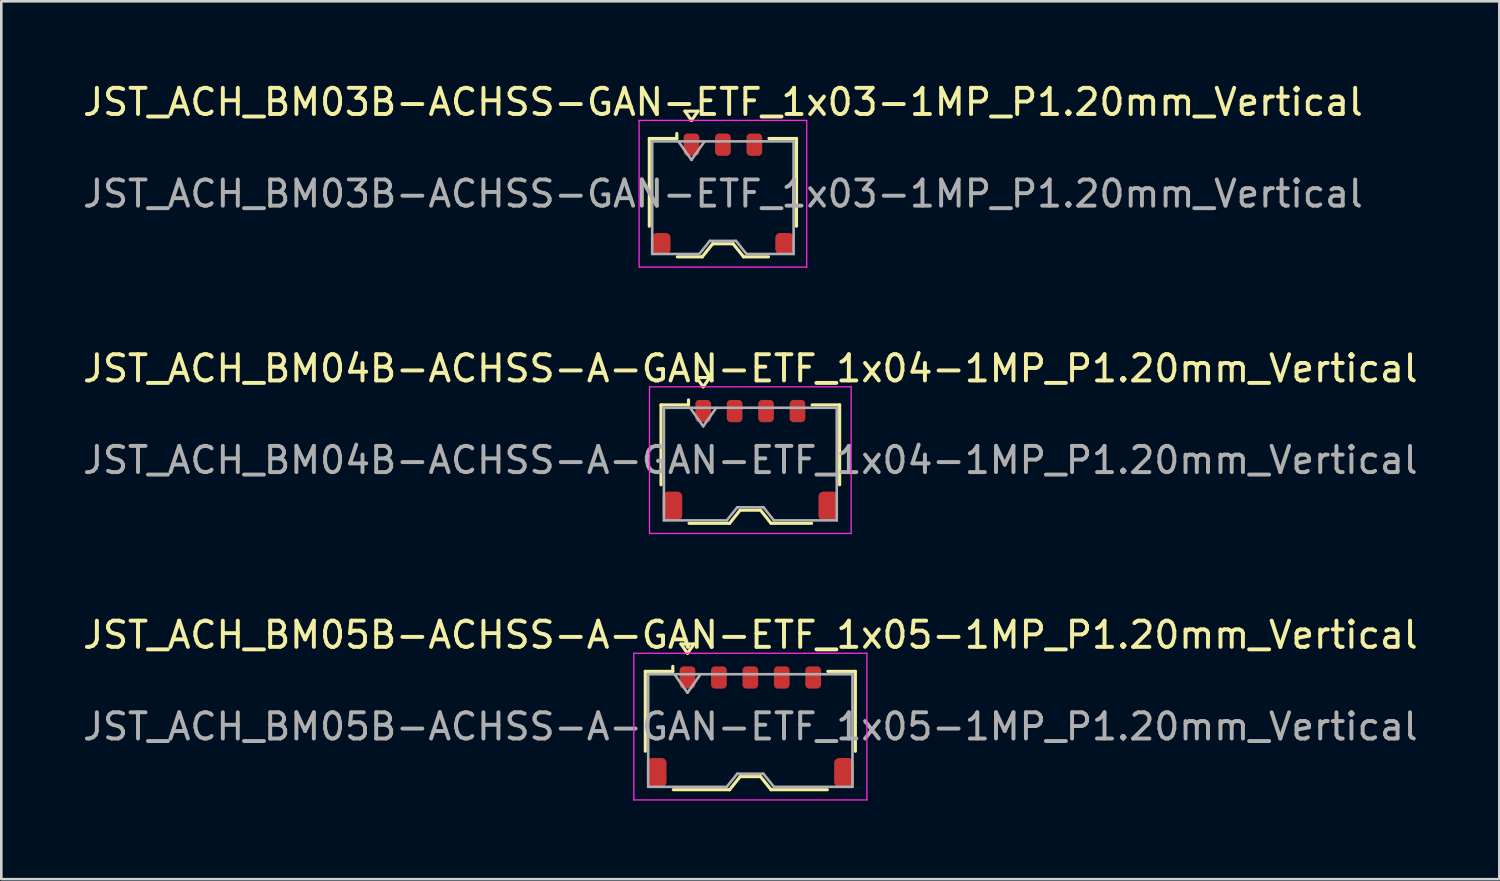
<source format=kicad_pcb>
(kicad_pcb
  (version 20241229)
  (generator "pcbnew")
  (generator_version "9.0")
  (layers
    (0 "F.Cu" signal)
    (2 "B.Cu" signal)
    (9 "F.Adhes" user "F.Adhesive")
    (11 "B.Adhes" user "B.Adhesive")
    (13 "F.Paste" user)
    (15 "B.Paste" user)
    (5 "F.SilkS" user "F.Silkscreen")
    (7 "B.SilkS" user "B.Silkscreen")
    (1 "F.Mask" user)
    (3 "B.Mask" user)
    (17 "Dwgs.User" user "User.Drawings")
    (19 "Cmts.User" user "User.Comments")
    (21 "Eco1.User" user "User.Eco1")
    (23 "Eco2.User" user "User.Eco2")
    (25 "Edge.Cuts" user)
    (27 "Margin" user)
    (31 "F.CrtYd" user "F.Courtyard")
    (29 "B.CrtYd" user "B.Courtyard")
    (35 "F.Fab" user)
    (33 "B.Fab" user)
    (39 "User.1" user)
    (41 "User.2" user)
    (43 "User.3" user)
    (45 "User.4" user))
  (footprint "JST_ACH_BM04B-ACHSS-A-GAN-ETF_1x04-1MP_P1.20mm_Vertical"
    (layer "F.Cu")
    (at 25.601 14.521)
    (property "Reference" "JST_ACH_BM04B-ACHSS-A-GAN-ETF_1x04-1MP_P1.20mm_Vertical" (at 0 -3.5 0) (layer "F.SilkS") (effects (font (size 1 1) (thickness 0.15))))
    (attr smd)
    (fp_line (start -3.41 -2.11) (end -2.36 -2.11) (stroke (width 0.12) (type solid)) (layer "F.SilkS"))
    (fp_line (start -3.41 0.94) (end -3.41 -2.11) (stroke (width 0.12) (type solid)) (layer "F.SilkS"))
    (fp_line (start -2.36 -2.11) (end -2.36 -2.3) (stroke (width 0.12) (type solid)) (layer "F.SilkS"))
    (fp_line (start -2.34 2.41) (end -0.79 2.41) (stroke (width 0.12) (type solid)) (layer "F.SilkS"))
    (fp_line (start -2.05 -3.154) (end -1.8 -2.8) (stroke (width 0.12) (type solid)) (layer "F.SilkS"))
    (fp_line (start -1.8 -2.8) (end -1.55 -3.154) (stroke (width 0.12) (type solid)) (layer "F.SilkS"))
    (fp_line (start -1.55 -3.154) (end -2.05 -3.154) (stroke (width 0.12) (type solid)) (layer "F.SilkS"))
    (fp_line (start -0.79 2.41) (end -0.39 1.91) (stroke (width 0.12) (type solid)) (layer "F.SilkS"))
    (fp_line (start -0.39 1.91) (end 0.39 1.91) (stroke (width 0.12) (type solid)) (layer "F.SilkS"))
    (fp_line (start 0.39 1.91) (end 0.79 2.41) (stroke (width 0.12) (type solid)) (layer "F.SilkS"))
    (fp_line (start 0.79 2.41) (end 2.34 2.41) (stroke (width 0.12) (type solid)) (layer "F.SilkS"))
    (fp_line (start 3.41 -2.11) (end 2.36 -2.11) (stroke (width 0.12) (type solid)) (layer "F.SilkS"))
    (fp_line (start 3.41 0.94) (end 3.41 -2.11) (stroke (width 0.12) (type solid)) (layer "F.SilkS"))
    (fp_line (start -3.85 -2.8) (end -3.85 2.8) (stroke (width 0.05) (type solid)) (layer "F.CrtYd"))
    (fp_line (start -3.85 2.8) (end 3.85 2.8) (stroke (width 0.05) (type solid)) (layer "F.CrtYd"))
    (fp_line (start 3.85 -2.8) (end -3.85 -2.8) (stroke (width 0.05) (type solid)) (layer "F.CrtYd"))
    (fp_line (start 3.85 2.8) (end 3.85 -2.8) (stroke (width 0.05) (type solid)) (layer "F.CrtYd"))
    (fp_line (start -3.3 -2) (end -3.3 2.3) (stroke (width 0.1) (type solid)) (layer "F.Fab"))
    (fp_line (start -3.3 -2) (end 3.3 -2) (stroke (width 0.1) (type solid)) (layer "F.Fab"))
    (fp_line (start -3.3 2.3) (end -0.9 2.3) (stroke (width 0.1) (type solid)) (layer "F.Fab"))
    (fp_line (start -2.3 -2) (end -1.8 -1.293) (stroke (width 0.1) (type solid)) (layer "F.Fab"))
    (fp_line (start -1.8 -1.293) (end -1.3 -2) (stroke (width 0.1) (type solid)) (layer "F.Fab"))
    (fp_line (start -0.9 2.3) (end -0.5 1.8) (stroke (width 0.1) (type solid)) (layer "F.Fab"))
    (fp_line (start -0.5 1.8) (end 0.5 1.8) (stroke (width 0.1) (type solid)) (layer "F.Fab"))
    (fp_line (start 0.5 1.8) (end 0.9 2.3) (stroke (width 0.1) (type solid)) (layer "F.Fab"))
    (fp_line (start 0.9 2.3) (end 3.3 2.3) (stroke (width 0.1) (type solid)) (layer "F.Fab"))
    (fp_line (start 3.3 -2) (end 3.3 2.3) (stroke (width 0.1) (type solid)) (layer "F.Fab"))
    (fp_text user "${REFERENCE}" (at 0 0 0) (layer "F.Fab") (effects (font (size 1 1) (thickness 0.15))))
    (pad "1" smd roundrect (at -1.8 -1.875) (size 0.6 0.85) (layers "F.Cu" "F.Mask" "F.Paste") (roundrect_rratio 0.25))
    (pad "2" smd roundrect (at -0.6 -1.875) (size 0.6 0.85) (layers "F.Cu" "F.Mask" "F.Paste") (roundrect_rratio 0.25))
    (pad "3" smd roundrect (at 0.6 -1.875) (size 0.6 0.85) (layers "F.Cu" "F.Mask" "F.Paste") (roundrect_rratio 0.25))
    (pad "4" smd roundrect (at 1.8 -1.875) (size 0.6 0.85) (layers "F.Cu" "F.Mask" "F.Paste") (roundrect_rratio 0.25))
    (pad "MP" smd roundrect (at -2.975 1.75) (size 0.75 1.1) (layers "F.Cu" "F.Mask" "F.Paste") (roundrect_rratio 0.25))
    (pad "MP" smd roundrect (at 2.975 1.75) (size 0.75 1.1) (layers "F.Cu" "F.Mask" "F.Paste") (roundrect_rratio 0.25)))
  (footprint "JST_ACH_BM05B-ACHSS-A-GAN-ETF_1x05-1MP_P1.20mm_Vertical"
    (layer "F.Cu")
    (at 25.601 24.695)
    (property "Reference" "JST_ACH_BM05B-ACHSS-A-GAN-ETF_1x05-1MP_P1.20mm_Vertical" (at 0 -3.5 0) (layer "F.SilkS") (effects (font (size 1 1) (thickness 0.15))))
    (attr smd)
    (fp_line (start -4.01 -2.11) (end -2.96 -2.11) (stroke (width 0.12) (type solid)) (layer "F.SilkS"))
    (fp_line (start -4.01 0.94) (end -4.01 -2.11) (stroke (width 0.12) (type solid)) (layer "F.SilkS"))
    (fp_line (start -2.96 -2.11) (end -2.96 -2.3) (stroke (width 0.12) (type solid)) (layer "F.SilkS"))
    (fp_line (start -2.94 2.41) (end -0.79 2.41) (stroke (width 0.12) (type solid)) (layer "F.SilkS"))
    (fp_line (start -2.65 -3.154) (end -2.4 -2.8) (stroke (width 0.12) (type solid)) (layer "F.SilkS"))
    (fp_line (start -2.4 -2.8) (end -2.15 -3.154) (stroke (width 0.12) (type solid)) (layer "F.SilkS"))
    (fp_line (start -2.15 -3.154) (end -2.65 -3.154) (stroke (width 0.12) (type solid)) (layer "F.SilkS"))
    (fp_line (start -0.79 2.41) (end -0.39 1.91) (stroke (width 0.12) (type solid)) (layer "F.SilkS"))
    (fp_line (start -0.39 1.91) (end 0.39 1.91) (stroke (width 0.12) (type solid)) (layer "F.SilkS"))
    (fp_line (start 0.39 1.91) (end 0.79 2.41) (stroke (width 0.12) (type solid)) (layer "F.SilkS"))
    (fp_line (start 0.79 2.41) (end 2.94 2.41) (stroke (width 0.12) (type solid)) (layer "F.SilkS"))
    (fp_line (start 4.01 -2.11) (end 2.96 -2.11) (stroke (width 0.12) (type solid)) (layer "F.SilkS"))
    (fp_line (start 4.01 0.94) (end 4.01 -2.11) (stroke (width 0.12) (type solid)) (layer "F.SilkS"))
    (fp_line (start -4.45 -2.8) (end -4.45 2.8) (stroke (width 0.05) (type solid)) (layer "F.CrtYd"))
    (fp_line (start -4.45 2.8) (end 4.45 2.8) (stroke (width 0.05) (type solid)) (layer "F.CrtYd"))
    (fp_line (start 4.45 -2.8) (end -4.45 -2.8) (stroke (width 0.05) (type solid)) (layer "F.CrtYd"))
    (fp_line (start 4.45 2.8) (end 4.45 -2.8) (stroke (width 0.05) (type solid)) (layer "F.CrtYd"))
    (fp_line (start -3.9 -2) (end -3.9 2.3) (stroke (width 0.1) (type solid)) (layer "F.Fab"))
    (fp_line (start -3.9 -2) (end 3.9 -2) (stroke (width 0.1) (type solid)) (layer "F.Fab"))
    (fp_line (start -3.9 2.3) (end -0.9 2.3) (stroke (width 0.1) (type solid)) (layer "F.Fab"))
    (fp_line (start -2.9 -2) (end -2.4 -1.293) (stroke (width 0.1) (type solid)) (layer "F.Fab"))
    (fp_line (start -2.4 -1.293) (end -1.9 -2) (stroke (width 0.1) (type solid)) (layer "F.Fab"))
    (fp_line (start -0.9 2.3) (end -0.5 1.8) (stroke (width 0.1) (type solid)) (layer "F.Fab"))
    (fp_line (start -0.5 1.8) (end 0.5 1.8) (stroke (width 0.1) (type solid)) (layer "F.Fab"))
    (fp_line (start 0.5 1.8) (end 0.9 2.3) (stroke (width 0.1) (type solid)) (layer "F.Fab"))
    (fp_line (start 0.9 2.3) (end 3.9 2.3) (stroke (width 0.1) (type solid)) (layer "F.Fab"))
    (fp_line (start 3.9 -2) (end 3.9 2.3) (stroke (width 0.1) (type solid)) (layer "F.Fab"))
    (fp_text user "${REFERENCE}" (at 0 0 0) (layer "F.Fab") (effects (font (size 1 1) (thickness 0.15))))
    (pad "1" smd roundrect (at -2.4 -1.875) (size 0.6 0.85) (layers "F.Cu" "F.Mask" "F.Paste") (roundrect_rratio 0.25))
    (pad "2" smd roundrect (at -1.2 -1.875) (size 0.6 0.85) (layers "F.Cu" "F.Mask" "F.Paste") (roundrect_rratio 0.25))
    (pad "3" smd roundrect (at 0 -1.875) (size 0.6 0.85) (layers "F.Cu" "F.Mask" "F.Paste") (roundrect_rratio 0.25))
    (pad "4" smd roundrect (at 1.2 -1.875) (size 0.6 0.85) (layers "F.Cu" "F.Mask" "F.Paste") (roundrect_rratio 0.25))
    (pad "5" smd roundrect (at 2.4 -1.875) (size 0.6 0.85) (layers "F.Cu" "F.Mask" "F.Paste") (roundrect_rratio 0.25))
    (pad "MP" smd roundrect (at -3.575 1.75) (size 0.75 1.1) (layers "F.Cu" "F.Mask" "F.Paste") (roundrect_rratio 0.25))
    (pad "MP" smd roundrect (at 3.575 1.75) (size 0.75 1.1) (layers "F.Cu" "F.Mask" "F.Paste") (roundrect_rratio 0.25)))
  (footprint "JST_ACH_BM03B-ACHSS-GAN-ETF_1x03-1MP_P1.20mm_Vertical"
    (layer "F.Cu")
    (at 24.554 4.348)
    (property "Reference" "JST_ACH_BM03B-ACHSS-GAN-ETF_1x03-1MP_P1.20mm_Vertical" (at 0 -3.5 0) (layer "F.SilkS") (effects (font (size 1 1) (thickness 0.15))))
    (attr smd)
    (fp_line (start -2.81 -2.11) (end -1.76 -2.11) (stroke (width 0.12) (type solid)) (layer "F.SilkS"))
    (fp_line (start -2.81 1.24) (end -2.81 -2.11) (stroke (width 0.12) (type solid)) (layer "F.SilkS"))
    (fp_line (start -1.76 -2.11) (end -1.76 -2.3) (stroke (width 0.12) (type solid)) (layer "F.SilkS"))
    (fp_line (start -1.74 2.41) (end -0.79 2.41) (stroke (width 0.12) (type solid)) (layer "F.SilkS"))
    (fp_line (start -1.45 -3.154) (end -1.2 -2.8) (stroke (width 0.12) (type solid)) (layer "F.SilkS"))
    (fp_line (start -1.2 -2.8) (end -0.95 -3.154) (stroke (width 0.12) (type solid)) (layer "F.SilkS"))
    (fp_line (start -0.95 -3.154) (end -1.45 -3.154) (stroke (width 0.12) (type solid)) (layer "F.SilkS"))
    (fp_line (start -0.79 2.41) (end -0.39 1.91) (stroke (width 0.12) (type solid)) (layer "F.SilkS"))
    (fp_line (start -0.39 1.91) (end 0.39 1.91) (stroke (width 0.12) (type solid)) (layer "F.SilkS"))
    (fp_line (start 0.39 1.91) (end 0.79 2.41) (stroke (width 0.12) (type solid)) (layer "F.SilkS"))
    (fp_line (start 0.79 2.41) (end 1.74 2.41) (stroke (width 0.12) (type solid)) (layer "F.SilkS"))
    (fp_line (start 2.81 -2.11) (end 1.76 -2.11) (stroke (width 0.12) (type solid)) (layer "F.SilkS"))
    (fp_line (start 2.81 1.24) (end 2.81 -2.11) (stroke (width 0.12) (type solid)) (layer "F.SilkS"))
    (fp_line (start -3.2 -2.8) (end -3.2 2.8) (stroke (width 0.05) (type solid)) (layer "F.CrtYd"))
    (fp_line (start -3.2 2.8) (end 3.2 2.8) (stroke (width 0.05) (type solid)) (layer "F.CrtYd"))
    (fp_line (start 3.2 -2.8) (end -3.2 -2.8) (stroke (width 0.05) (type solid)) (layer "F.CrtYd"))
    (fp_line (start 3.2 2.8) (end 3.2 -2.8) (stroke (width 0.05) (type solid)) (layer "F.CrtYd"))
    (fp_line (start -2.7 -2) (end -2.7 2.3) (stroke (width 0.1) (type solid)) (layer "F.Fab"))
    (fp_line (start -2.7 -2) (end 2.7 -2) (stroke (width 0.1) (type solid)) (layer "F.Fab"))
    (fp_line (start -2.7 2.3) (end -0.9 2.3) (stroke (width 0.1) (type solid)) (layer "F.Fab"))
    (fp_line (start -1.7 -2) (end -1.2 -1.293) (stroke (width 0.1) (type solid)) (layer "F.Fab"))
    (fp_line (start -1.2 -1.293) (end -0.7 -2) (stroke (width 0.1) (type solid)) (layer "F.Fab"))
    (fp_line (start -0.9 2.3) (end -0.5 1.8) (stroke (width 0.1) (type solid)) (layer "F.Fab"))
    (fp_line (start -0.5 1.8) (end 0.5 1.8) (stroke (width 0.1) (type solid)) (layer "F.Fab"))
    (fp_line (start 0.5 1.8) (end 0.9 2.3) (stroke (width 0.1) (type solid)) (layer "F.Fab"))
    (fp_line (start 0.9 2.3) (end 2.7 2.3) (stroke (width 0.1) (type solid)) (layer "F.Fab"))
    (fp_line (start 2.7 -2) (end 2.7 2.3) (stroke (width 0.1) (type solid)) (layer "F.Fab"))
    (fp_text user "${REFERENCE}" (at 0 0 0) (layer "F.Fab") (effects (font (size 1 1) (thickness 0.15))))
    (pad "1" smd roundrect (at -1.2 -1.875) (size 0.6 0.85) (layers "F.Cu" "F.Mask" "F.Paste") (roundrect_rratio 0.25))
    (pad "2" smd roundrect (at 0 -1.875) (size 0.6 0.85) (layers "F.Cu" "F.Mask" "F.Paste") (roundrect_rratio 0.25))
    (pad "3" smd roundrect (at 1.2 -1.875) (size 0.6 0.85) (layers "F.Cu" "F.Mask" "F.Paste") (roundrect_rratio 0.25))
    (pad "MP" smd roundrect (at -2.35 1.9) (size 0.7 0.8) (layers "F.Cu" "F.Mask" "F.Paste") (roundrect_rratio 0.25))
    (pad "MP" smd roundrect (at 2.35 1.9) (size 0.7 0.8) (layers "F.Cu" "F.Mask" "F.Paste") (roundrect_rratio 0.25)))
  (gr_rect
    (start -3 -3)
    (end 54.202 30.52)
    (stroke (width 0.1) (type default))
    (fill no)
    (layer "Edge.Cuts")))
</source>
